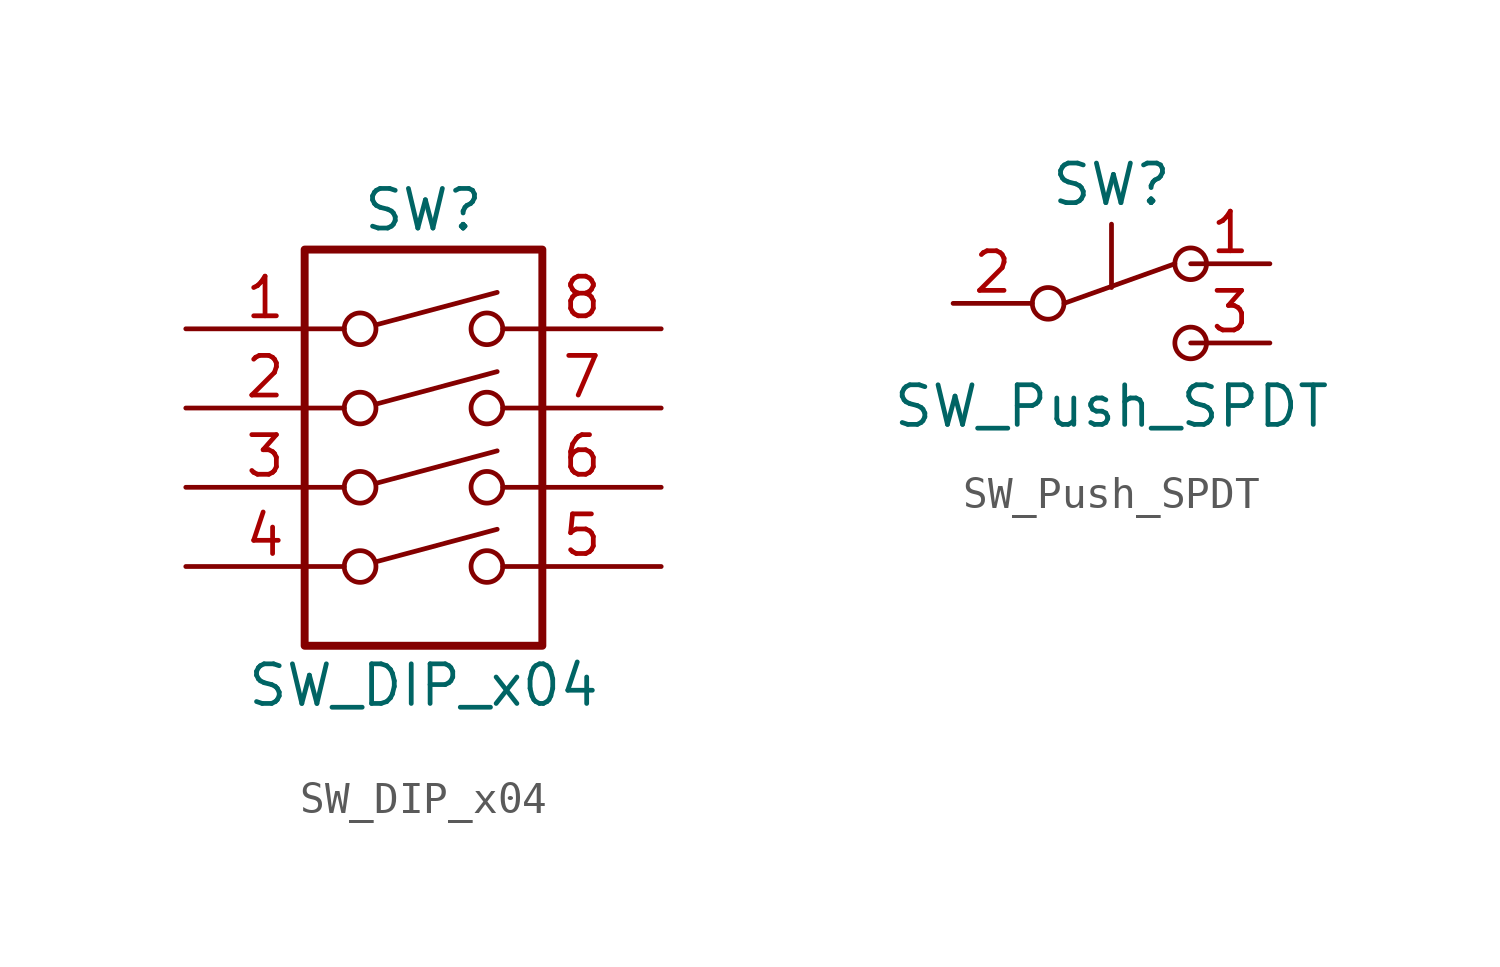
<source format=kicad_sym>
(kicad_symbol_lib
  (version 20220914)
  (generator kicad_symbol_editor)
  (symbol "SW_DIP_x04"
    (pin_names
      (offset 0.002) hide)
    (property "Reference" "SW"
      (at 0 7.62 0)
      (do_not_autoplace)
      (effects (font (size 1.27 1.27))))
    (property "Value" "SW_DIP_x04"
      (at 0 -7.62 0)
      (do_not_autoplace)
      (effects (font (size 1.27 1.27))))
    (symbol "SW_DIP_x04_0_0"
      (circle (center -2.032 -3.81) (radius 0.508) (stroke (width 0) (type default)) (fill (type none)))
      (circle (center -2.032 -1.27) (radius 0.508) (stroke (width 0) (type default)) (fill (type none)))
      (circle (center -2.032 1.27) (radius 0.508) (stroke (width 0) (type default)) (fill (type none)))
      (circle (center -2.032 3.81) (radius 0.508) (stroke (width 0) (type default)) (fill (type none)))
      (polyline (pts (xy -1.524 -3.658) (xy 2.362 -2.616)) (stroke (width 0) (type default)) (fill (type none)))
      (polyline (pts (xy -1.524 -1.143) (xy 2.362 -0.102)) (stroke (width 0) (type default)) (fill (type none)))
      (polyline (pts (xy -1.524 1.397) (xy 2.362 2.438)) (stroke (width 0) (type default)) (fill (type none)))
      (polyline (pts (xy -1.524 3.937) (xy 2.362 4.978)) (stroke (width 0) (type default)) (fill (type none)))
      (circle (center 2.032 -3.81) (radius 0.508) (stroke (width 0) (type default)) (fill (type none)))
      (circle (center 2.032 -1.27) (radius 0.508) (stroke (width 0) (type default)) (fill (type none)))
      (circle (center 2.032 1.27) (radius 0.508) (stroke (width 0) (type default)) (fill (type none)))
      (circle (center 2.032 3.81) (radius 0.508) (stroke (width 0) (type default)) (fill (type none))))
    (symbol "SW_DIP_x04_1_1"
      (rectangle (start -3.81 6.35) (end 3.81 -6.35) (stroke (width 0.254) (type default)) (fill (type none)))
      (pin passive line (at -7.62 3.81 0) (length 5.08) (name "~" (effects (font (size 1.27 1.27)))) (number "1" (effects (font (size 1.27 1.27)))))
      (pin passive line (at -7.62 1.27 0) (length 5.08) (name "~" (effects (font (size 1.27 1.27)))) (number "2" (effects (font (size 1.27 1.27)))))
      (pin passive line (at -7.62 -1.27 0) (length 5.08) (name "~" (effects (font (size 1.27 1.27)))) (number "3" (effects (font (size 1.27 1.27)))))
      (pin passive line (at -7.62 -3.81 0) (length 5.08) (name "~" (effects (font (size 1.27 1.27)))) (number "4" (effects (font (size 1.27 1.27)))))
      (pin passive line (at 7.62 -3.81 180) (length 5.08) (name "~" (effects (font (size 1.27 1.27)))) (number "5" (effects (font (size 1.27 1.27)))))
      (pin passive line (at 7.62 -1.27 180) (length 5.08) (name "~" (effects (font (size 1.27 1.27)))) (number "6" (effects (font (size 1.27 1.27)))))
      (pin passive line (at 7.62 1.27 180) (length 5.08) (name "~" (effects (font (size 1.27 1.27)))) (number "7" (effects (font (size 1.27 1.27)))))
      (pin passive line (at 7.62 3.81 180) (length 5.08) (name "~" (effects (font (size 1.27 1.27)))) (number "8" (effects (font (size 1.27 1.27)))))))
  (symbol "SW_Push_SPDT"
    (pin_names
      (offset 0.002) hide)
    (property "Reference" "SW"
      (at 0 3.81 0)
      (do_not_autoplace)
      (effects (font (size 1.27 1.27))))
    (property "Value" "SW_Push_SPDT"
      (at 0 -3.302 0)
      (do_not_autoplace)
      (effects (font (size 1.27 1.27))))
    (symbol "SW_Push_SPDT_0_0"
      (circle (center -2.032 0) (radius 0.508) (stroke (width 0) (type default)) (fill (type none)))
      (polyline (pts (xy 0 0.508) (xy 0 2.54)) (stroke (width 0) (type default)) (fill (type none)))
      (circle (center 2.54 -1.27) (radius 0.508) (stroke (width 0) (type default)) (fill (type none))))
    (symbol "SW_Push_SPDT_0_1"
      (polyline (pts (xy -1.524 0) (xy 2.032 1.27)) (stroke (width 0) (type default)) (fill (type none)))
      (circle (center 2.54 1.27) (radius 0.508) (stroke (width 0) (type default)) (fill (type none))))
    (symbol "SW_Push_SPDT_1_1"
      (pin passive line (at 5.08 1.27 180) (length 2.54) (name "A" (effects (font (size 1.27 1.27)))) (number "1" (effects (font (size 1.27 1.27)))))
      (pin passive line (at -5.08 0 0) (length 2.54) (name "B" (effects (font (size 1.27 1.27)))) (number "2" (effects (font (size 1.27 1.27)))))
      (pin passive line (at 5.08 -1.27 180) (length 2.54) (name "C" (effects (font (size 1.27 1.27)))) (number "3" (effects (font (size 1.27 1.27))))))))
</source>
